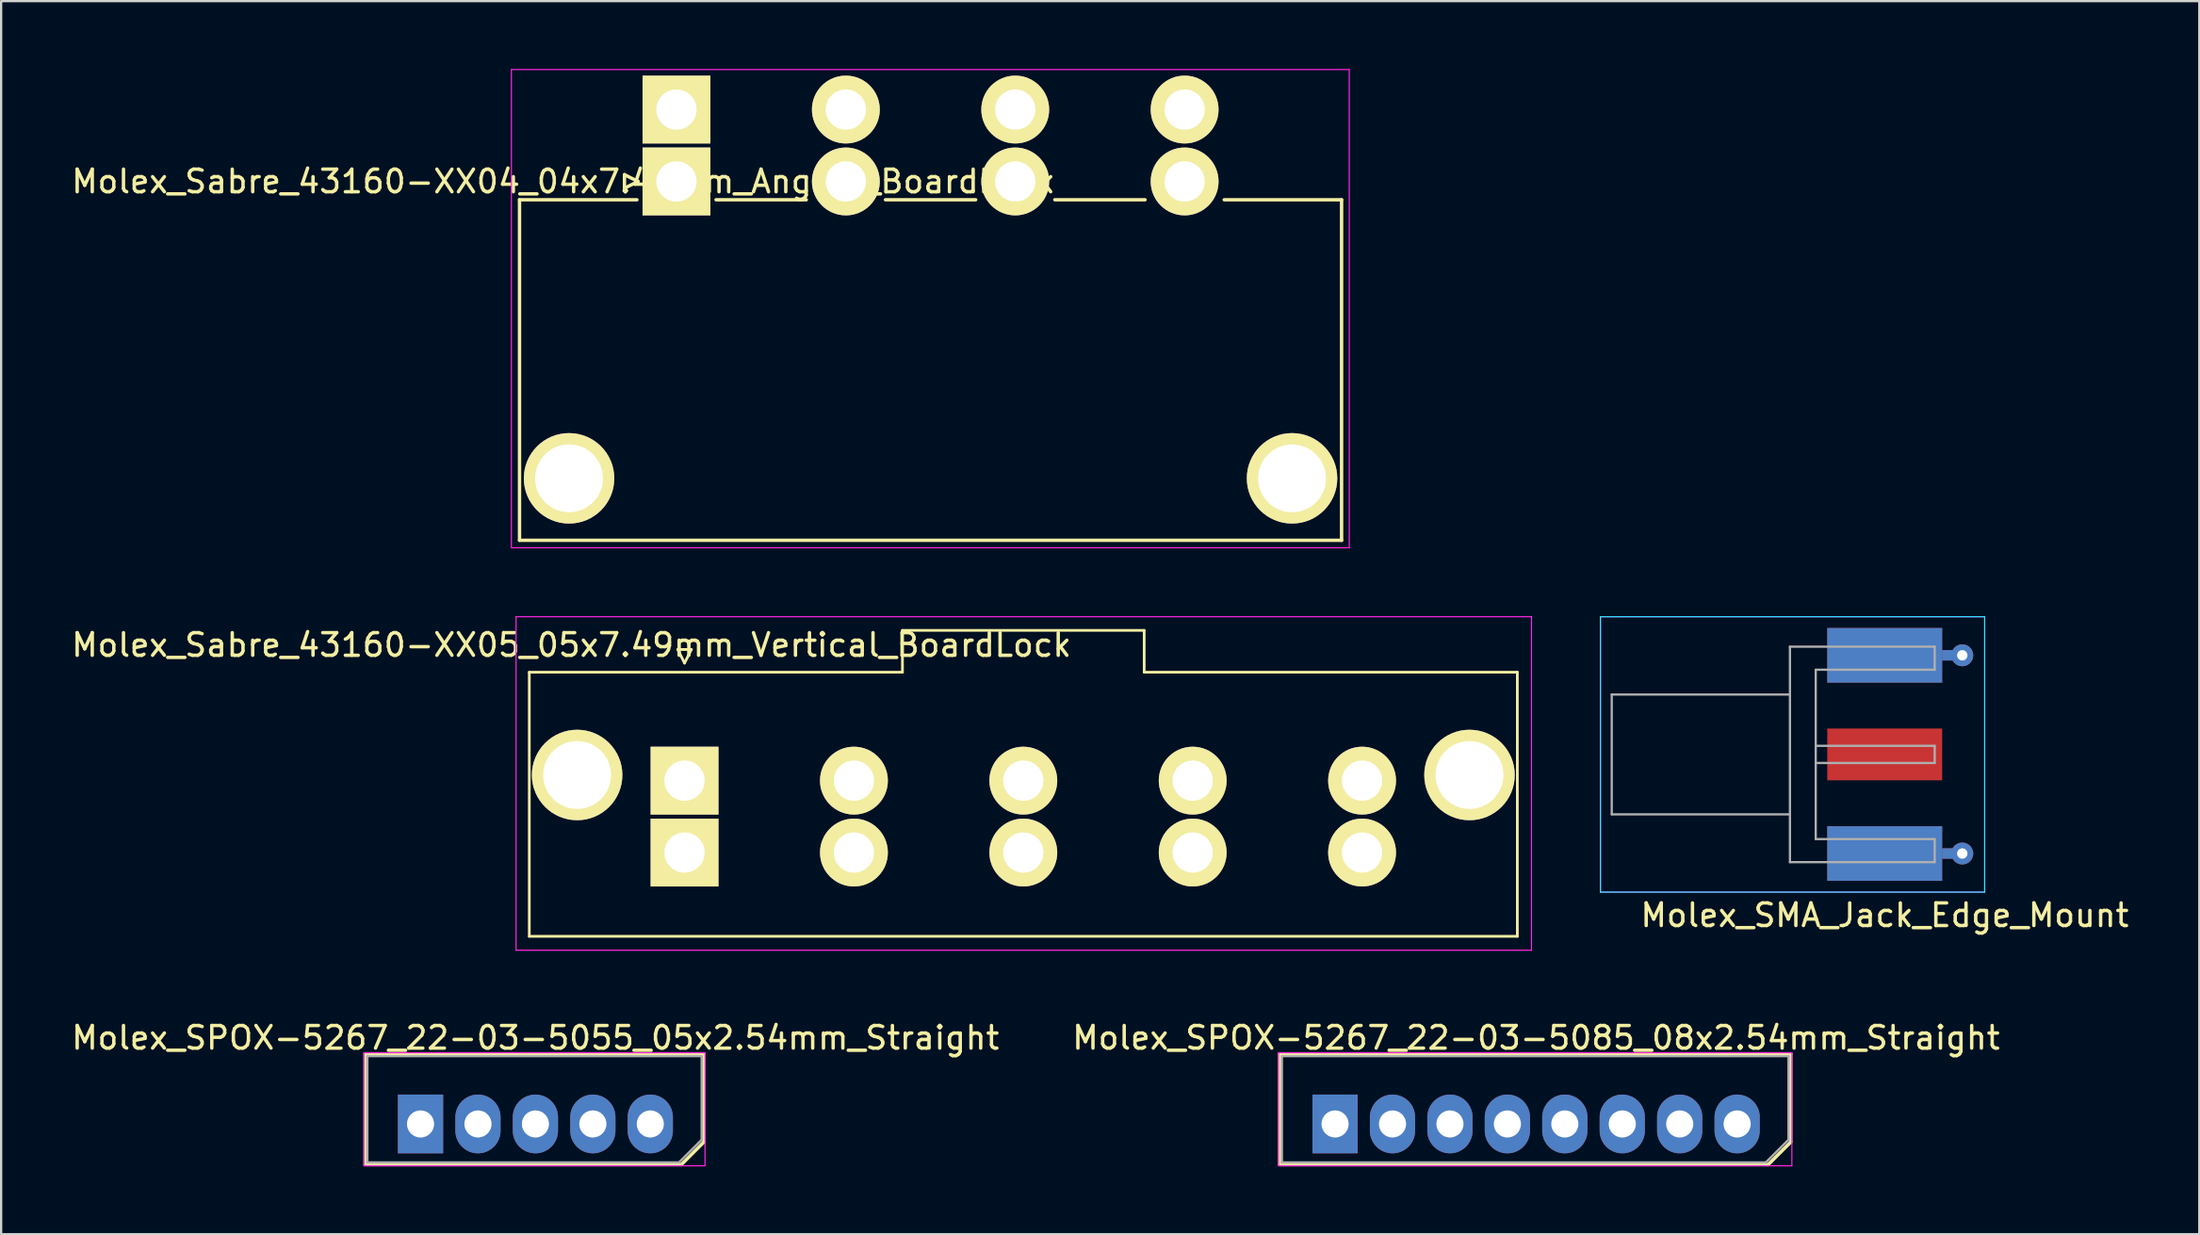
<source format=kicad_pcb>
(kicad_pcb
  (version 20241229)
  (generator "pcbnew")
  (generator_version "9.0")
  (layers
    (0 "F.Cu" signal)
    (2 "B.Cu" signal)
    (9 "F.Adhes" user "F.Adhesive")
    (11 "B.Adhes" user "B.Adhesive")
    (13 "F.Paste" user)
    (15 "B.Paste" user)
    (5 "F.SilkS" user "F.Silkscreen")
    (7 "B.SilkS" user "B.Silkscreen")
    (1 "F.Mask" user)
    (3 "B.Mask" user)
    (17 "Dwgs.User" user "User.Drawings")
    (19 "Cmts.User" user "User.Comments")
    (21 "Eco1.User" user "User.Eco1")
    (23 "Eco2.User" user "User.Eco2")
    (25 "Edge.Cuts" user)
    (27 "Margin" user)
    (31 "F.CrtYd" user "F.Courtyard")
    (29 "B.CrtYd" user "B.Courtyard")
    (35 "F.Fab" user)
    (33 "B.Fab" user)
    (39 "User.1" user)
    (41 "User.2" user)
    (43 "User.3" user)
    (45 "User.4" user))
  (footprint "Molex_Sabre_43160-XX04_04x7.49mm_Angled_BoardLock"
    (layer "F.Cu")
    (at 26.863 4.975)
    (property "Reference" "Molex_Sabre_43160-XX04_04x7.49mm_Angled_BoardLock" (at -5 0 0) (layer "F.SilkS") (effects (font (size 1 1) (thickness 0.15))))
    (attr through_hole)
    (fp_line (start -6.94 0.81) (end -6.94 15.87) (stroke (width 0.15) (type solid)) (layer "F.SilkS"))
    (fp_line (start -6.94 0.81) (end -1.75 0.81) (stroke (width 0.15) (type solid)) (layer "F.SilkS"))
    (fp_line (start -6.94 15.87) (end 29.41 15.87) (stroke (width 0.15) (type solid)) (layer "F.SilkS"))
    (fp_line (start -2.3 -0.3) (end -1.7 0) (stroke (width 0.15) (type solid)) (layer "F.SilkS"))
    (fp_line (start -2.3 0.3) (end -2.3 -0.3) (stroke (width 0.15) (type solid)) (layer "F.SilkS"))
    (fp_line (start -1.7 0) (end -2.3 0.3) (stroke (width 0.15) (type solid)) (layer "F.SilkS"))
    (fp_line (start 1.75 0.81) (end 5.74 0.81) (stroke (width 0.15) (type solid)) (layer "F.SilkS"))
    (fp_line (start 9.24 0.81) (end 13.23 0.81) (stroke (width 0.15) (type solid)) (layer "F.SilkS"))
    (fp_line (start 16.73 0.81) (end 20.72 0.81) (stroke (width 0.15) (type solid)) (layer "F.SilkS"))
    (fp_line (start 24.22 0.81) (end 29.41 0.81) (stroke (width 0.15) (type solid)) (layer "F.SilkS"))
    (fp_line (start 29.41 15.87) (end 29.41 0.81) (stroke (width 0.15) (type solid)) (layer "F.SilkS"))
    (fp_line (start -7.3 -4.95) (end -7.3 16.2) (stroke (width 0.05) (type solid)) (layer "F.CrtYd"))
    (fp_line (start -7.3 16.2) (end 29.75 16.2) (stroke (width 0.05) (type solid)) (layer "F.CrtYd"))
    (fp_line (start 29.75 -4.95) (end -7.3 -4.95) (stroke (width 0.05) (type solid)) (layer "F.CrtYd"))
    (fp_line (start 29.75 16.2) (end 29.75 -4.95) (stroke (width 0.05) (type solid)) (layer "F.CrtYd"))
    (pad "" np_thru_hole circle (at -4.75 13.13) (size 4 4) (drill 3) (layers "*.Cu" "*.Mask" "F.SilkS"))
    (pad "" np_thru_hole circle (at 27.22 13.13) (size 4 4) (drill 3) (layers "*.Cu" "*.Mask" "F.SilkS"))
    (pad "1" thru_hole rect (at 0 -3.18) (size 3 3) (drill 1.78) (layers "*.Cu" "*.Mask" "F.SilkS"))
    (pad "1" thru_hole rect (at 0 0) (size 3 3) (drill 1.78) (layers "*.Cu" "*.Mask" "F.SilkS"))
    (pad "2" thru_hole circle (at 7.49 -3.18) (size 3 3) (drill 1.78) (layers "*.Cu" "*.Mask" "F.SilkS"))
    (pad "2" thru_hole circle (at 7.49 0) (size 3 3) (drill 1.78) (layers "*.Cu" "*.Mask" "F.SilkS"))
    (pad "3" thru_hole circle (at 14.98 -3.18) (size 3 3) (drill 1.78) (layers "*.Cu" "*.Mask" "F.SilkS"))
    (pad "3" thru_hole circle (at 14.98 0) (size 3 3) (drill 1.78) (layers "*.Cu" "*.Mask" "F.SilkS"))
    (pad "4" thru_hole circle (at 22.47 -3.18) (size 3 3) (drill 1.78) (layers "*.Cu" "*.Mask" "F.SilkS"))
    (pad "4" thru_hole circle (at 22.47 0) (size 3 3) (drill 1.78) (layers "*.Cu" "*.Mask" "F.SilkS")))
  (footprint "Molex_SPOX-5267_22-03-5055_05x2.54mm_Straight"
    (layer "F.Cu")
    (at 15.545 46.658)
    (property "Reference" "Molex_SPOX-5267_22-03-5055_05x2.54mm_Straight" (at 5.08 -3.81 0) (layer "F.SilkS") (effects (font (size 1 1) (thickness 0.15))))
    (attr through_hole)
    (fp_line (start -2.45 -3.1) (end -2.45 1.8) (stroke (width 0.15) (type solid)) (layer "F.SilkS"))
    (fp_line (start -2.45 1.8) (end 11.53 1.8) (stroke (width 0.15) (type solid)) (layer "F.SilkS"))
    (fp_line (start 11.53 1.8) (end 12.53 0.8) (stroke (width 0.15) (type solid)) (layer "F.SilkS"))
    (fp_line (start 12.53 -3.1) (end -2.45 -3.1) (stroke (width 0.15) (type solid)) (layer "F.SilkS"))
    (fp_line (start 12.53 0.8) (end 12.53 -3.1) (stroke (width 0.15) (type solid)) (layer "F.SilkS"))
    (fp_line (start -2.5 -3.15) (end 12.58 -3.15) (stroke (width 0.05) (type solid)) (layer "F.CrtYd"))
    (fp_line (start -2.5 1.85) (end -2.5 -3.15) (stroke (width 0.05) (type solid)) (layer "F.CrtYd"))
    (fp_line (start 12.58 -3.15) (end 12.58 1.85) (stroke (width 0.05) (type solid)) (layer "F.CrtYd"))
    (fp_line (start 12.58 1.85) (end -2.5 1.85) (stroke (width 0.05) (type solid)) (layer "F.CrtYd"))
    (fp_line (start -2.35 -3) (end -2.35 1.7) (stroke (width 0.1) (type solid)) (layer "F.Fab"))
    (fp_line (start -2.35 1.7) (end 11.43 1.7) (stroke (width 0.1) (type solid)) (layer "F.Fab"))
    (fp_line (start 11.43 1.7) (end 12.43 0.7) (stroke (width 0.1) (type solid)) (layer "F.Fab"))
    (fp_line (start 12.43 -3) (end -2.35 -3) (stroke (width 0.1) (type solid)) (layer "F.Fab"))
    (fp_line (start 12.43 0.7) (end 12.43 -3) (stroke (width 0.1) (type solid)) (layer "F.Fab"))
    (pad "1" thru_hole rect (at 0 0) (size 2 2.6) (drill 1.2) (layers "*.Cu" "*.Mask"))
    (pad "2" thru_hole oval (at 2.54 0) (size 2 2.6) (drill 1.2) (layers "*.Cu" "*.Mask"))
    (pad "3" thru_hole oval (at 5.08 0) (size 2 2.6) (drill 1.2) (layers "*.Cu" "*.Mask"))
    (pad "4" thru_hole oval (at 7.62 0) (size 2 2.6) (drill 1.2) (layers "*.Cu" "*.Mask"))
    (pad "5" thru_hole oval (at 10.16 0) (size 2 2.6) (drill 1.2) (layers "*.Cu" "*.Mask")))
  (footprint "Molex_Sabre_43160-XX05_05x7.49mm_Vertical_BoardLock"
    (layer "F.Cu")
    (at 27.22 31.475)
    (property "Reference" "Molex_Sabre_43160-XX05_05x7.49mm_Vertical_BoardLock" (at -5 -6 0) (layer "F.SilkS") (effects (font (size 1 1) (thickness 0.15))))
    (attr through_hole)
    (fp_line (start -6.865 -4.795) (end 9.635 -4.795) (stroke (width 0.12) (type solid)) (layer "F.SilkS"))
    (fp_line (start -6.865 6.885) (end -6.865 -4.795) (stroke (width 0.12) (type solid)) (layer "F.SilkS"))
    (fp_line (start -0.3 -5.8) (end 0 -5.2) (stroke (width 0.12) (type solid)) (layer "F.SilkS"))
    (fp_line (start 0 -5.2) (end 0.3 -5.8) (stroke (width 0.12) (type solid)) (layer "F.SilkS"))
    (fp_line (start 0.3 -5.8) (end -0.3 -5.8) (stroke (width 0.12) (type solid)) (layer "F.SilkS"))
    (fp_line (start 9.635 -6.645) (end 20.325 -6.645) (stroke (width 0.12) (type solid)) (layer "F.SilkS"))
    (fp_line (start 9.635 -4.795) (end 9.635 -6.645) (stroke (width 0.12) (type solid)) (layer "F.SilkS"))
    (fp_line (start 20.325 -6.645) (end 20.325 -4.795) (stroke (width 0.12) (type solid)) (layer "F.SilkS"))
    (fp_line (start 20.325 -4.795) (end 36.825 -4.795) (stroke (width 0.12) (type solid)) (layer "F.SilkS"))
    (fp_line (start 36.825 -4.795) (end 36.825 6.885) (stroke (width 0.12) (type solid)) (layer "F.SilkS"))
    (fp_line (start 36.825 6.885) (end -6.865 6.885) (stroke (width 0.12) (type solid)) (layer "F.SilkS"))
    (fp_line (start -7.45 -7.25) (end -7.45 7.5) (stroke (width 0.05) (type solid)) (layer "F.CrtYd"))
    (fp_line (start -7.45 7.5) (end 37.45 7.5) (stroke (width 0.05) (type solid)) (layer "F.CrtYd"))
    (fp_line (start 37.45 -7.25) (end -7.45 -7.25) (stroke (width 0.05) (type solid)) (layer "F.CrtYd"))
    (fp_line (start 37.45 7.5) (end 37.45 -7.25) (stroke (width 0.05) (type solid)) (layer "F.CrtYd"))
    (pad "" thru_hole circle (at -4.75 -0.25) (size 4 4) (drill 3) (layers "*.Cu" "*.Mask" "F.SilkS"))
    (pad "" thru_hole circle (at 34.71 -0.25) (size 4 4) (drill 3) (layers "*.Cu" "*.Mask" "F.SilkS"))
    (pad "1" thru_hole rect (at 0 0) (size 3 3) (drill 1.78) (layers "*.Cu" "*.Mask" "F.SilkS"))
    (pad "1" thru_hole rect (at 0 3.18) (size 3 3) (drill 1.78) (layers "*.Cu" "*.Mask" "F.SilkS"))
    (pad "2" thru_hole circle (at 7.49 0) (size 3 3) (drill 1.78) (layers "*.Cu" "*.Mask" "F.SilkS"))
    (pad "2" thru_hole circle (at 7.49 3.18) (size 3 3) (drill 1.78) (layers "*.Cu" "*.Mask" "F.SilkS"))
    (pad "3" thru_hole circle (at 14.98 0) (size 3 3) (drill 1.78) (layers "*.Cu" "*.Mask" "F.SilkS"))
    (pad "3" thru_hole circle (at 14.98 3.18) (size 3 3) (drill 1.78) (layers "*.Cu" "*.Mask" "F.SilkS"))
    (pad "4" thru_hole circle (at 22.47 0) (size 3 3) (drill 1.78) (layers "*.Cu" "*.Mask" "F.SilkS"))
    (pad "4" thru_hole circle (at 22.47 3.18) (size 3 3) (drill 1.78) (layers "*.Cu" "*.Mask" "F.SilkS"))
    (pad "5" thru_hole circle (at 29.96 0) (size 3 3) (drill 1.78) (layers "*.Cu" "*.Mask" "F.SilkS"))
    (pad "5" thru_hole circle (at 29.96 3.18) (size 3 3) (drill 1.78) (layers "*.Cu" "*.Mask" "F.SilkS")))
  (footprint "Molex_SPOX-5267_22-03-5085_08x2.54mm_Straight"
    (layer "F.Cu")
    (at 55.985 46.658)
    (property "Reference" "Molex_SPOX-5267_22-03-5085_08x2.54mm_Straight" (at 8.89 -3.81 0) (layer "F.SilkS") (effects (font (size 1 1) (thickness 0.15))))
    (attr through_hole)
    (fp_line (start -2.45 -3.1) (end -2.45 1.8) (stroke (width 0.15) (type solid)) (layer "F.SilkS"))
    (fp_line (start -2.45 1.8) (end 19.15 1.8) (stroke (width 0.15) (type solid)) (layer "F.SilkS"))
    (fp_line (start 19.15 1.8) (end 20.15 0.8) (stroke (width 0.15) (type solid)) (layer "F.SilkS"))
    (fp_line (start 20.15 -3.1) (end -2.45 -3.1) (stroke (width 0.15) (type solid)) (layer "F.SilkS"))
    (fp_line (start 20.15 0.8) (end 20.15 -3.1) (stroke (width 0.15) (type solid)) (layer "F.SilkS"))
    (fp_line (start -2.5 -3.15) (end 20.2 -3.15) (stroke (width 0.05) (type solid)) (layer "F.CrtYd"))
    (fp_line (start -2.5 1.85) (end -2.5 -3.15) (stroke (width 0.05) (type solid)) (layer "F.CrtYd"))
    (fp_line (start 20.2 -3.15) (end 20.2 1.85) (stroke (width 0.05) (type solid)) (layer "F.CrtYd"))
    (fp_line (start 20.2 1.85) (end -2.5 1.85) (stroke (width 0.05) (type solid)) (layer "F.CrtYd"))
    (fp_line (start -2.35 -3) (end -2.35 1.7) (stroke (width 0.1) (type solid)) (layer "F.Fab"))
    (fp_line (start -2.35 1.7) (end 19.05 1.7) (stroke (width 0.1) (type solid)) (layer "F.Fab"))
    (fp_line (start 19.05 1.7) (end 20.05 0.7) (stroke (width 0.1) (type solid)) (layer "F.Fab"))
    (fp_line (start 20.05 -3) (end -2.35 -3) (stroke (width 0.1) (type solid)) (layer "F.Fab"))
    (fp_line (start 20.05 0.7) (end 20.05 -3) (stroke (width 0.1) (type solid)) (layer "F.Fab"))
    (pad "1" thru_hole rect (at 0 0) (size 2 2.6) (drill 1.2) (layers "*.Cu" "*.Mask"))
    (pad "2" thru_hole oval (at 2.54 0) (size 2 2.6) (drill 1.2) (layers "*.Cu" "*.Mask"))
    (pad "3" thru_hole oval (at 5.08 0) (size 2 2.6) (drill 1.2) (layers "*.Cu" "*.Mask"))
    (pad "4" thru_hole oval (at 7.62 0) (size 2 2.6) (drill 1.2) (layers "*.Cu" "*.Mask"))
    (pad "5" thru_hole oval (at 10.16 0) (size 2 2.6) (drill 1.2) (layers "*.Cu" "*.Mask"))
    (pad "6" thru_hole oval (at 12.7 0) (size 2 2.6) (drill 1.2) (layers "*.Cu" "*.Mask"))
    (pad "7" thru_hole oval (at 15.24 0) (size 2 2.6) (drill 1.2) (layers "*.Cu" "*.Mask"))
    (pad "8" thru_hole oval (at 17.78 0) (size 2 2.6) (drill 1.2) (layers "*.Cu" "*.Mask")))
  (footprint "Molex_SMA_Jack_Edge_Mount"
    (layer "F.Cu")
    (at 80.29 30.315)
    (property "Reference" "Molex_SMA_Jack_Edge_Mount" (at 0 7.112 0) (layer "F.SilkS") (effects (font (size 1 1) (thickness 0.15))))
    (attr smd)
    (fp_line (start -12.57 -6.09) (end -12.57 6.09) (stroke (width 0.05) (type solid)) (layer "B.CrtYd"))
    (fp_line (start -12.57 -6.09) (end 4.42 -6.09) (stroke (width 0.05) (type solid)) (layer "B.CrtYd"))
    (fp_line (start -12.57 6.09) (end 4.42 6.09) (stroke (width 0.05) (type solid)) (layer "B.CrtYd"))
    (fp_line (start 4.42 -6.09) (end 4.42 6.09) (stroke (width 0.05) (type solid)) (layer "B.CrtYd"))
    (fp_line (start -12.57 -6.09) (end -12.57 6.09) (stroke (width 0.05) (type solid)) (layer "F.CrtYd"))
    (fp_line (start -12.57 6.09) (end 4.42 6.09) (stroke (width 0.05) (type solid)) (layer "F.CrtYd"))
    (fp_line (start 4.42 -6.09) (end -12.57 -6.09) (stroke (width 0.05) (type solid)) (layer "F.CrtYd"))
    (fp_line (start 4.42 -6.09) (end 4.42 6.09) (stroke (width 0.05) (type solid)) (layer "F.CrtYd"))
    (fp_line (start -12.07 -2.65) (end -12.07 2.65) (stroke (width 0.1) (type solid)) (layer "F.Fab"))
    (fp_line (start -12.07 -2.65) (end -4.19 -2.65) (stroke (width 0.1) (type solid)) (layer "F.Fab"))
    (fp_line (start -12.07 2.65) (end -4.19 2.65) (stroke (width 0.1) (type solid)) (layer "F.Fab"))
    (fp_line (start -4.19 -4.765) (end -4.19 4.765) (stroke (width 0.1) (type solid)) (layer "F.Fab"))
    (fp_line (start -4.19 4.765) (end 2.21 4.765) (stroke (width 0.1) (type solid)) (layer "F.Fab"))
    (fp_line (start -3.05 -3.745) (end -3.05 3.745) (stroke (width 0.1) (type solid)) (layer "F.Fab"))
    (fp_line (start -3.05 -3.745) (end 2.21 -3.745) (stroke (width 0.1) (type solid)) (layer "F.Fab"))
    (fp_line (start -3.05 -0.38) (end 2.21 -0.38) (stroke (width 0.1) (type solid)) (layer "F.Fab"))
    (fp_line (start -3.05 0.38) (end 2.21 0.38) (stroke (width 0.1) (type solid)) (layer "F.Fab"))
    (fp_line (start -3.05 3.745) (end 2.21 3.745) (stroke (width 0.1) (type solid)) (layer "F.Fab"))
    (fp_line (start 2.21 -4.765) (end -4.19 -4.765) (stroke (width 0.1) (type solid)) (layer "F.Fab"))
    (fp_line (start 2.21 -4.765) (end 2.21 -3.745) (stroke (width 0.1) (type solid)) (layer "F.Fab"))
    (fp_line (start 2.21 -0.38) (end 2.21 0.38) (stroke (width 0.1) (type solid)) (layer "F.Fab"))
    (fp_line (start 2.21 3.745) (end 2.21 4.765) (stroke (width 0.1) (type solid)) (layer "F.Fab"))
    (pad "1" smd rect (at 0 0) (size 5.08 2.29) (layers "F.Cu" "F.Mask" "F.Paste"))
    (pad "2" smd rect (at 0 -4.383) (size 5.08 2.415) (layers "F.Cu" "F.Mask" "F.Paste"))
    (pad "2" smd rect (at 0 -4.383) (size 5.08 2.415) (layers "B.Cu" "B.Mask" "B.Paste"))
    (pad "2" smd rect (at 0 4.383) (size 5.08 2.415) (layers "F.Cu" "F.Mask" "F.Paste"))
    (pad "2" smd rect (at 0 4.383) (size 5.08 2.415) (layers "B.Cu" "B.Mask" "B.Paste"))
    (pad "2" smd rect (at 2.985 -4.383) (size 0.89 0.46) (layers "F.Cu"))
    (pad "2" smd rect (at 2.985 -4.383) (size 0.89 0.46) (layers "B.Cu"))
    (pad "2" smd rect (at 2.985 4.383) (size 0.89 0.46) (layers "F.Cu"))
    (pad "2" smd rect (at 2.985 4.383) (size 0.89 0.46) (layers "B.Cu"))
    (pad "2" thru_hole circle (at 3.43 -4.383) (size 0.97 0.97) (drill 0.46) (layers "*.Cu"))
    (pad "2" thru_hole circle (at 3.43 4.383) (size 0.97 0.97) (drill 0.46) (layers "*.Cu")))
  (gr_rect
    (start -3 -3)
    (end 94.201 51.533)
    (stroke (width 0.1) (type default))
    (fill no)
    (layer "Edge.Cuts")))
</source>
